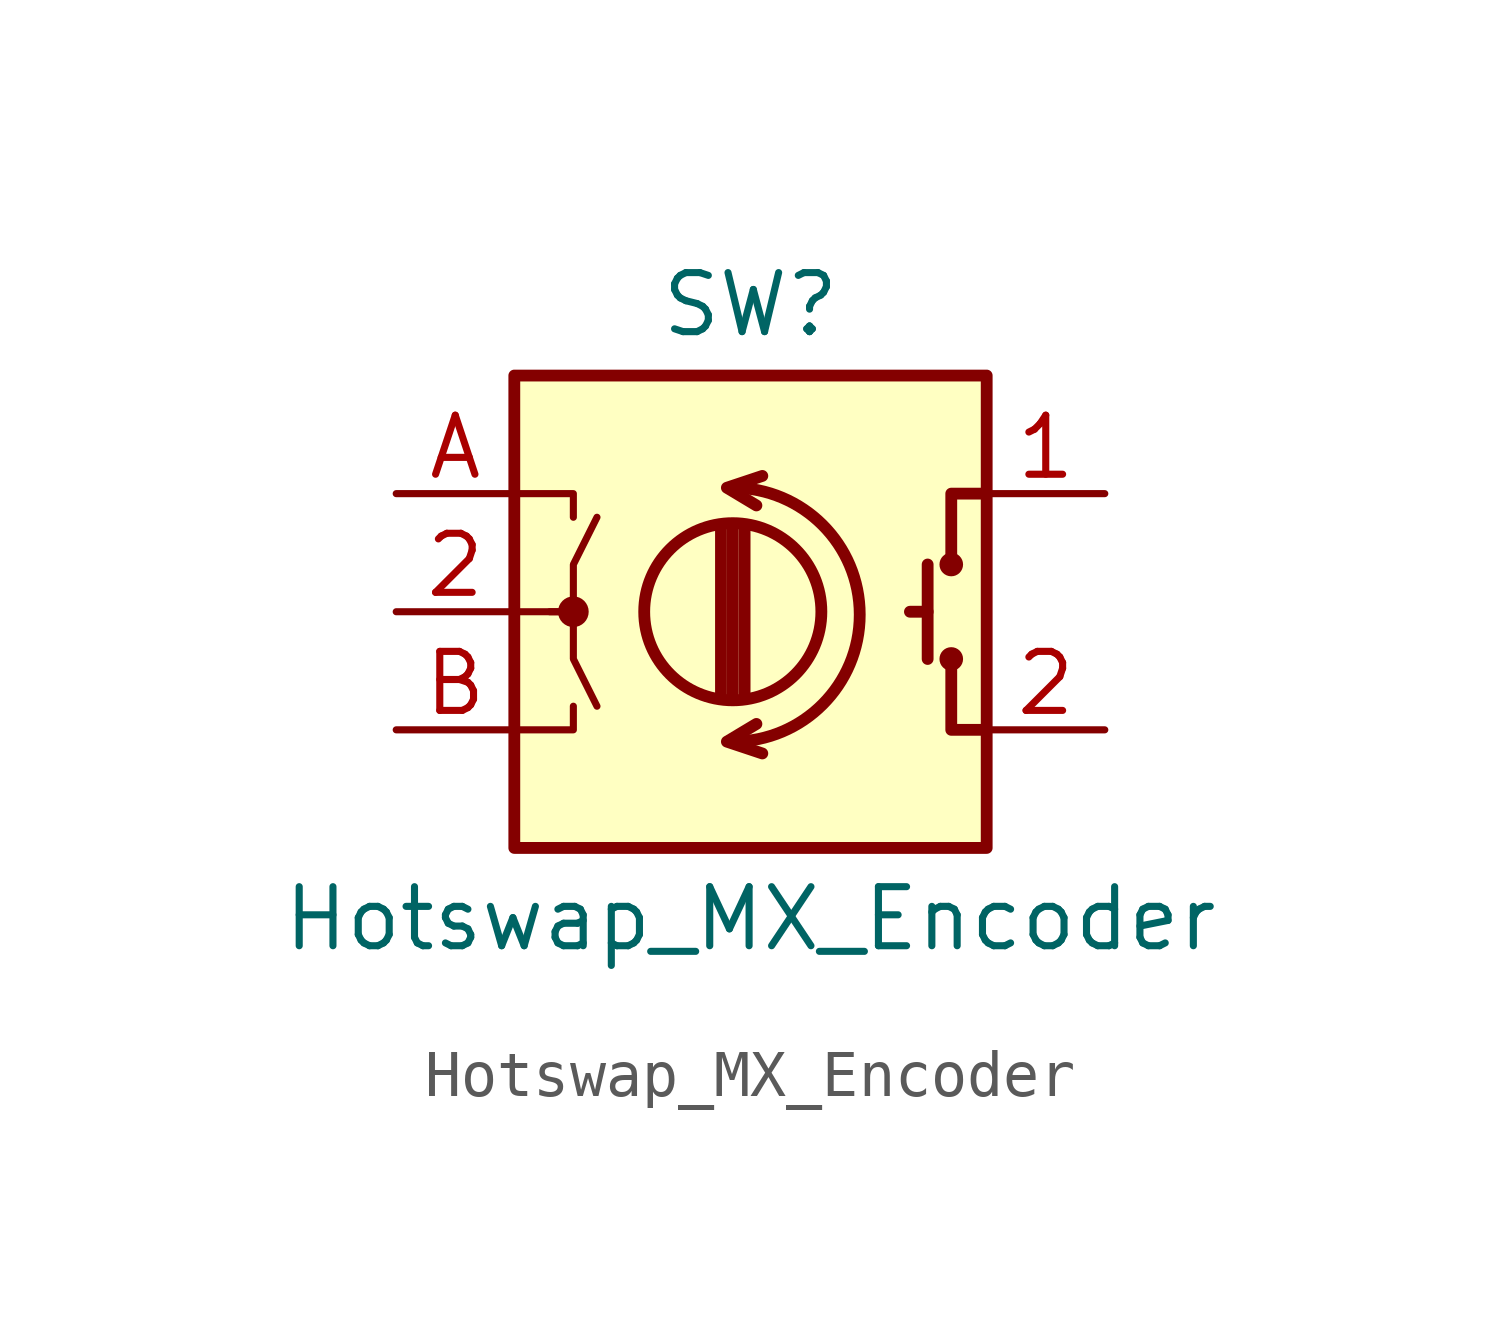
<source format=kicad_sym>
(kicad_symbol_lib
  (version 20211014)
  (generator kicad_symbol_editor)
  (symbol "Hotswap_MX_Encoder"
    (pin_names
      (offset 0.254) hide)
    (property "Reference" "SW"
      (at 0 6.604 0)
      (effects (font (size 1.27 1.27))))
    (property "Value" "Hotswap_MX_Encoder"
      (at 0 -6.604 0)
      (effects (font (size 1.27 1.27))))
    (symbol "Hotswap_MX_Encoder_0_1"
      (rectangle (start -5.08 5.08) (end 5.08 -5.08) (stroke (width 0.254) (type default) (color 0 0 0 0)) (fill (type background)))
      (circle (center -3.81 0) (radius 0.254) (stroke (width 0) (type default) (color 0 0 0 0)) (fill (type outline)))
      (arc (start -0.381 -2.794) (mid 2.3622 -0.0508) (end -0.381 2.667) (stroke (width 0.254) (type default) (color 0 0 0 0)) (fill (type none)))
      (circle (center -0.381 0) (radius 1.905) (stroke (width 0.254) (type default) (color 0 0 0 0)) (fill (type none)))
      (polyline (pts (xy -0.635 -1.778) (xy -0.635 1.778)) (stroke (width 0.254) (type default) (color 0 0 0 0)) (fill (type none)))
      (polyline (pts (xy -0.381 -1.778) (xy -0.381 1.778)) (stroke (width 0.254) (type default) (color 0 0 0 0)) (fill (type none)))
      (polyline (pts (xy -0.127 1.778) (xy -0.127 -1.778)) (stroke (width 0.254) (type default) (color 0 0 0 0)) (fill (type none)))
      (polyline (pts (xy 3.81 0) (xy 3.429 0)) (stroke (width 0.254) (type default) (color 0 0 0 0)) (fill (type none)))
      (polyline (pts (xy 3.81 1.016) (xy 3.81 -1.016)) (stroke (width 0.254) (type default) (color 0 0 0 0)) (fill (type none)))
      (polyline (pts (xy -5.08 -2.54) (xy -3.81 -2.54) (xy -3.81 -2.032)) (stroke (width 0) (type default) (color 0 0 0 0)) (fill (type none)))
      (polyline (pts (xy -5.08 2.54) (xy -3.81 2.54) (xy -3.81 2.032)) (stroke (width 0) (type default) (color 0 0 0 0)) (fill (type none)))
      (polyline (pts (xy 0.254 -3.048) (xy -0.508 -2.794) (xy 0.127 -2.413)) (stroke (width 0.254) (type default) (color 0 0 0 0)) (fill (type none)))
      (polyline (pts (xy 0.254 2.921) (xy -0.508 2.667) (xy 0.127 2.286)) (stroke (width 0.254) (type default) (color 0 0 0 0)) (fill (type none)))
      (polyline (pts (xy 5.08 -2.54) (xy 4.318 -2.54) (xy 4.318 -1.016)) (stroke (width 0.254) (type default) (color 0 0 0 0)) (fill (type none)))
      (polyline (pts (xy 5.08 2.54) (xy 4.318 2.54) (xy 4.318 1.016)) (stroke (width 0.254) (type default) (color 0 0 0 0)) (fill (type none)))
      (polyline (pts (xy -5.08 0) (xy -3.81 0) (xy -3.81 -1.016) (xy -3.302 -2.032)) (stroke (width 0) (type default) (color 0 0 0 0)) (fill (type none)))
      (polyline (pts (xy -4.318 0) (xy -3.81 0) (xy -3.81 1.016) (xy -3.302 2.032)) (stroke (width 0) (type default) (color 0 0 0 0)) (fill (type none)))
      (circle (center 4.318 -1.016) (radius 0.127) (stroke (width 0.254) (type default) (color 0 0 0 0)) (fill (type none)))
      (circle (center 4.318 1.016) (radius 0.127) (stroke (width 0.254) (type default) (color 0 0 0 0)) (fill (type none))))
    (symbol "Hotswap_MX_Encoder_1_1"
      (pin passive line (at 7.62 2.54 180) (length 2.54) (name "S1" (effects (font (size 1.27 1.27)))) (number "1" (effects (font (size 1.27 1.27)))) (alternate "S1" passive line))
      (pin passive line (at -7.62 0 0) (length 2.54) (name "C" (effects (font (size 1.27 1.27)))) (number "2" (effects (font (size 1.27 1.27)))) (alternate "C" passive line))
      (pin passive line (at 7.62 -2.54 180) (length 2.54) (name "S2" (effects (font (size 1.27 1.27)))) (number "2" (effects (font (size 1.27 1.27)))) (alternate "S2" passive line))
      (pin passive line (at -7.62 2.54 0) (length 2.54) (name "A" (effects (font (size 1.27 1.27)))) (number "A" (effects (font (size 1.27 1.27)))))
      (pin passive line (at -7.62 -2.54 0) (length 2.54) (name "B" (effects (font (size 1.27 1.27)))) (number "B" (effects (font (size 1.27 1.27))))))))
</source>
